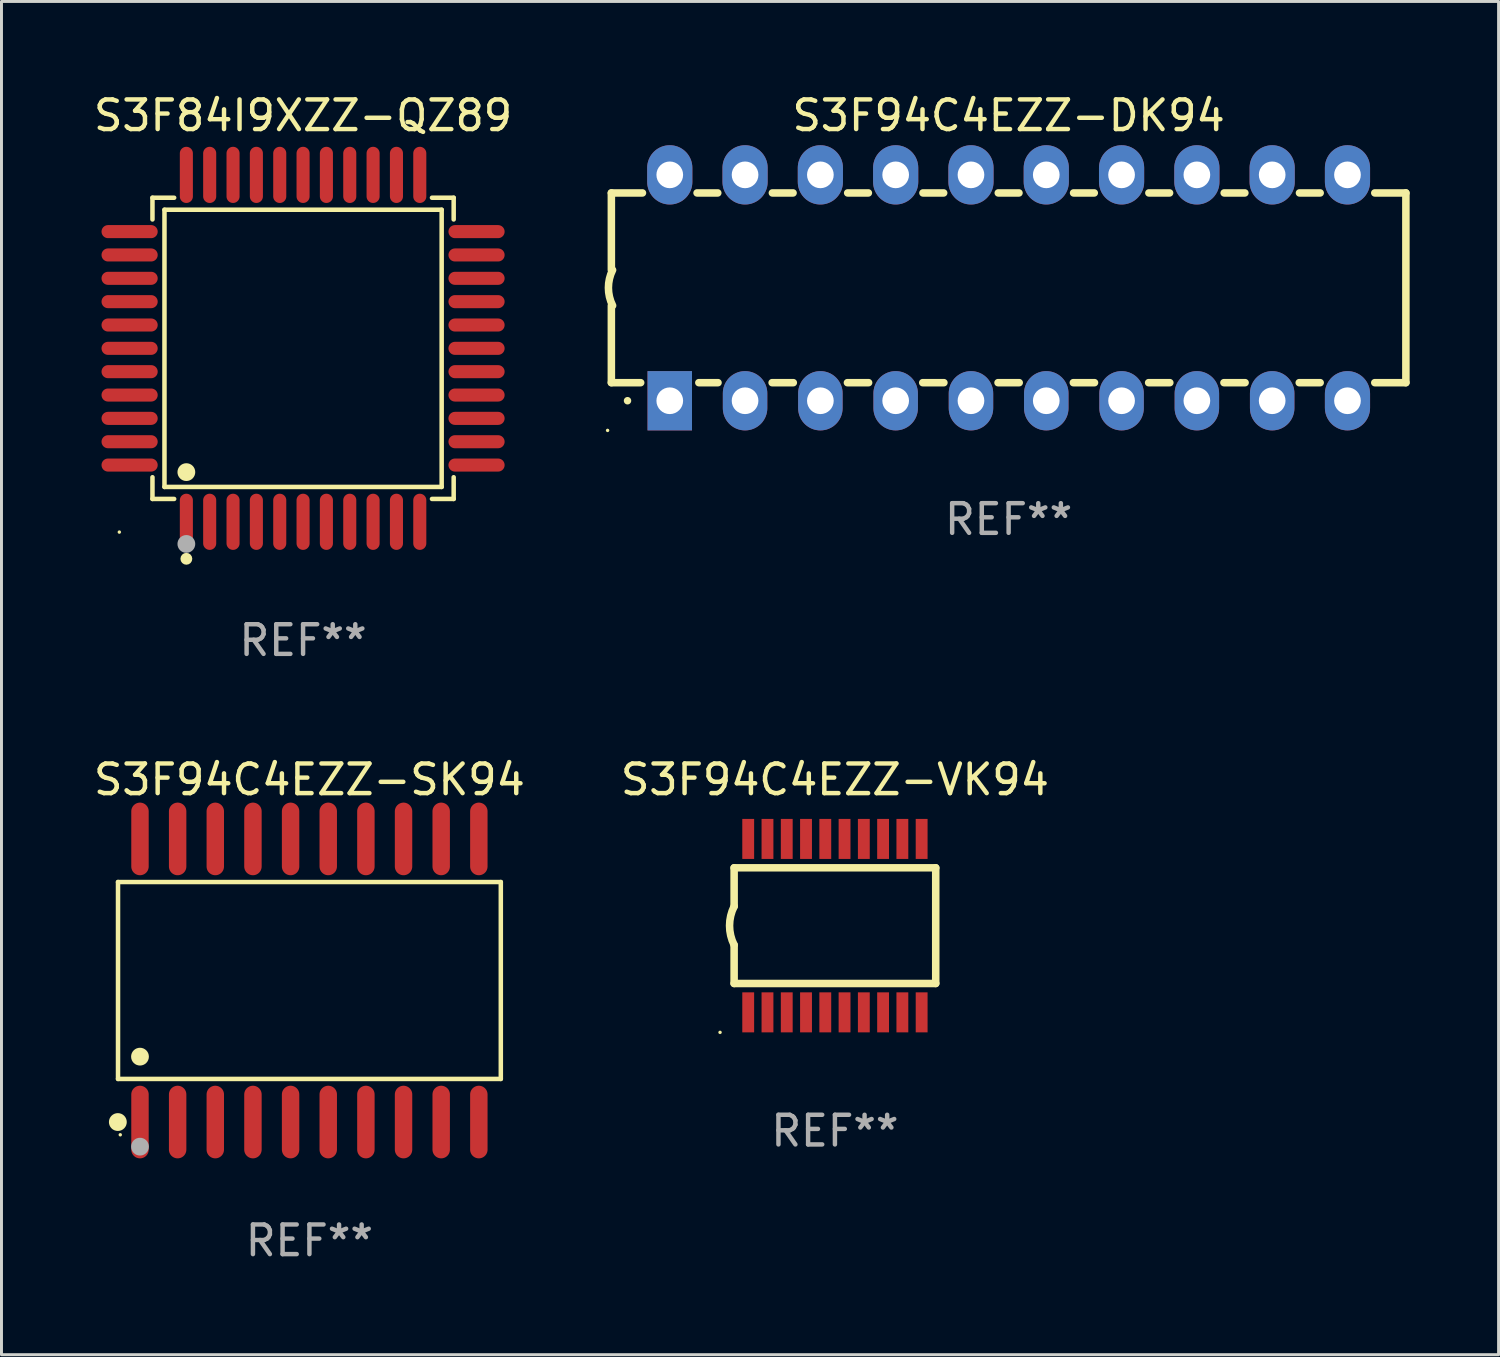
<source format=kicad_pcb>
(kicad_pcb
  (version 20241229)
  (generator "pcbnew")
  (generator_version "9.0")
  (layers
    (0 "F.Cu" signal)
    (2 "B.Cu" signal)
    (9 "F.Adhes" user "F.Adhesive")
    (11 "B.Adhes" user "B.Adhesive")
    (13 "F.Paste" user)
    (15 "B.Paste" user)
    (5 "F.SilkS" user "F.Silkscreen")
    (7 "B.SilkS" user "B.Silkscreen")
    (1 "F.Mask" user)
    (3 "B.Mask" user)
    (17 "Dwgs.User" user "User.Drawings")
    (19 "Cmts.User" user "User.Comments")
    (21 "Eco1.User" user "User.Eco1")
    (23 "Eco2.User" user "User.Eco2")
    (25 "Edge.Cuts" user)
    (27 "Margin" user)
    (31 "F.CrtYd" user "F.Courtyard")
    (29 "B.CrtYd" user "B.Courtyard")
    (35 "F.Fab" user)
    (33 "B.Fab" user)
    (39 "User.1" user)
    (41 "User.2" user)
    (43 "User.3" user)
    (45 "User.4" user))
  (footprint "S3F94C4EZZ-VK94"
    (layer "F.Cu")
    (at 25.113 28.173)
    (property "Reference" "S3F94C4EZZ-VK94" (at 0 -4.925 0) (layer "F.SilkS") (effects (font (size 1 1) (thickness 0.15))))
    (attr through_hole)
    (fp_line (start -3.4 -1.951) (end -3.4 -0.65) (stroke (width 0.254) (type solid)) (layer "F.SilkS"))
    (fp_line (start -3.4 -1.951) (end 3.4 -1.951) (stroke (width 0.254) (type solid)) (layer "F.SilkS"))
    (fp_line (start -3.4 1.951) (end -3.4 0.65) (stroke (width 0.254) (type solid)) (layer "F.SilkS"))
    (fp_line (start -3.4 1.951) (end 3.4 1.951) (stroke (width 0.254) (type solid)) (layer "F.SilkS"))
    (fp_line (start 3.4 -1.951) (end 3.4 1.951) (stroke (width 0.254) (type solid)) (layer "F.SilkS"))
    (fp_arc (start -3.401067 0.650114) (mid -3.554162 -0.000076) (end -3.4 -0.650013) (stroke (width 0.254001) (type solid)) (layer "F.SilkS"))
    (fp_circle (center -3.875 3.6) (end -3.845 3.6) (stroke (width 0.06) (type solid)) (fill no) (layer "F.SilkS"))
    (fp_text user "REF**" (at 0 6.925 0) (layer "F.Fab") (effects (font (size 1 1) (thickness 0.15))))
    (pad "1" smd rect (at -2.925 2.925 180) (size 0.4 1.35) (layers "F.Cu" "F.Mask" "F.Paste"))
    (pad "2" smd rect (at -2.275 2.925 180) (size 0.4 1.35) (layers "F.Cu" "F.Mask" "F.Paste"))
    (pad "3" smd rect (at -1.625 2.925 180) (size 0.4 1.35) (layers "F.Cu" "F.Mask" "F.Paste"))
    (pad "4" smd rect (at -0.975 2.925 180) (size 0.4 1.35) (layers "F.Cu" "F.Mask" "F.Paste"))
    (pad "5" smd rect (at -0.325 2.925 180) (size 0.4 1.35) (layers "F.Cu" "F.Mask" "F.Paste"))
    (pad "6" smd rect (at 0.325 2.925 180) (size 0.4 1.35) (layers "F.Cu" "F.Mask" "F.Paste"))
    (pad "7" smd rect (at 0.975 2.925 180) (size 0.4 1.35) (layers "F.Cu" "F.Mask" "F.Paste"))
    (pad "8" smd rect (at 1.625 2.925 180) (size 0.4 1.35) (layers "F.Cu" "F.Mask" "F.Paste"))
    (pad "9" smd rect (at 2.275 2.925 180) (size 0.4 1.35) (layers "F.Cu" "F.Mask" "F.Paste"))
    (pad "10" smd rect (at 2.925 2.925 180) (size 0.4 1.35) (layers "F.Cu" "F.Mask" "F.Paste"))
    (pad "11" smd rect (at 2.925 -2.925 180) (size 0.4 1.35) (layers "F.Cu" "F.Mask" "F.Paste"))
    (pad "12" smd rect (at 2.275 -2.925 180) (size 0.4 1.35) (layers "F.Cu" "F.Mask" "F.Paste"))
    (pad "13" smd rect (at 1.625 -2.925 180) (size 0.4 1.35) (layers "F.Cu" "F.Mask" "F.Paste"))
    (pad "14" smd rect (at 0.975 -2.925 180) (size 0.4 1.35) (layers "F.Cu" "F.Mask" "F.Paste"))
    (pad "15" smd rect (at 0.325 -2.925 180) (size 0.4 1.35) (layers "F.Cu" "F.Mask" "F.Paste"))
    (pad "16" smd rect (at -0.325 -2.925 180) (size 0.4 1.35) (layers "F.Cu" "F.Mask" "F.Paste"))
    (pad "17" smd rect (at -0.975 -2.925 180) (size 0.4 1.35) (layers "F.Cu" "F.Mask" "F.Paste"))
    (pad "18" smd rect (at -1.625 -2.925 180) (size 0.4 1.35) (layers "F.Cu" "F.Mask" "F.Paste"))
    (pad "19" smd rect (at -2.275 -2.925 180) (size 0.4 1.35) (layers "F.Cu" "F.Mask" "F.Paste"))
    (pad "20" smd rect (at -2.925 -2.925 180) (size 0.4 1.35) (layers "F.Cu" "F.Mask" "F.Paste")))
  (footprint "S3F84I9XZZ-QZ89"
    (layer "F.Cu")
    (at 7.173 8.7)
    (property "Reference" "S3F84I9XZZ-QZ89" (at 0 -7.851 0) (layer "F.SilkS") (effects (font (size 1 1) (thickness 0.15))))
    (attr through_hole)
    (fp_line (start -5.08 -5.08) (end -4.348 -5.08) (stroke (width 0.152) (type solid)) (layer "F.SilkS"))
    (fp_line (start -5.08 -4.348) (end -5.08 -5.08) (stroke (width 0.152) (type solid)) (layer "F.SilkS"))
    (fp_line (start -5.08 4.348) (end -5.08 5.08) (stroke (width 0.152) (type solid)) (layer "F.SilkS"))
    (fp_line (start -5.08 5.08) (end -4.348 5.08) (stroke (width 0.152) (type solid)) (layer "F.SilkS"))
    (fp_line (start -4.675 -4.675) (end 4.675 -4.675) (stroke (width 0.152) (type solid)) (layer "F.SilkS"))
    (fp_line (start -4.675 4.675) (end -4.675 -4.675) (stroke (width 0.152) (type solid)) (layer "F.SilkS"))
    (fp_line (start 4.675 -4.675) (end 4.675 4.675) (stroke (width 0.152) (type solid)) (layer "F.SilkS"))
    (fp_line (start 4.675 4.675) (end -4.675 4.675) (stroke (width 0.152) (type solid)) (layer "F.SilkS"))
    (fp_line (start 5.08 -5.08) (end 4.348 -5.08) (stroke (width 0.152) (type solid)) (layer "F.SilkS"))
    (fp_line (start 5.08 -4.348) (end 5.08 -5.08) (stroke (width 0.152) (type solid)) (layer "F.SilkS"))
    (fp_line (start 5.08 4.348) (end 5.08 5.08) (stroke (width 0.152) (type solid)) (layer "F.SilkS"))
    (fp_line (start 5.08 5.08) (end 4.348 5.08) (stroke (width 0.152) (type solid)) (layer "F.SilkS"))
    (fp_circle (center -6.198 6.198) (end -6.168 6.198) (stroke (width 0.06) (type solid)) (fill no) (layer "F.SilkS"))
    (fp_circle (center -3.937 4.175) (end -3.787 4.175) (stroke (width 0.3) (type solid)) (fill no) (layer "F.SilkS"))
    (fp_circle (center -3.937 7.099) (end -3.837 7.099) (stroke (width 0.2) (type solid)) (fill no) (layer "F.SilkS"))
    (fp_circle (center -3.937 6.598) (end -3.787 6.598) (stroke (width 0.3) (type solid)) (fill no) (layer "F.Fab"))
    (fp_text user "REF**" (at 0 9.851 0) (layer "F.Fab") (effects (font (size 1 1) (thickness 0.15))))
    (pad "1" smd oval (at -3.937 5.851) (size 0.441 1.895) (layers "F.Cu" "F.Mask" "F.Paste"))
    (pad "2" smd oval (at -3.15 5.851) (size 0.441 1.895) (layers "F.Cu" "F.Mask" "F.Paste"))
    (pad "3" smd oval (at -2.362 5.851) (size 0.441 1.895) (layers "F.Cu" "F.Mask" "F.Paste"))
    (pad "4" smd oval (at -1.575 5.851) (size 0.441 1.895) (layers "F.Cu" "F.Mask" "F.Paste"))
    (pad "5" smd oval (at -0.787 5.851) (size 0.441 1.895) (layers "F.Cu" "F.Mask" "F.Paste"))
    (pad "6" smd oval (at 0 5.851) (size 0.441 1.895) (layers "F.Cu" "F.Mask" "F.Paste"))
    (pad "7" smd oval (at 0.787 5.851) (size 0.441 1.895) (layers "F.Cu" "F.Mask" "F.Paste"))
    (pad "8" smd oval (at 1.575 5.851) (size 0.441 1.895) (layers "F.Cu" "F.Mask" "F.Paste"))
    (pad "9" smd oval (at 2.362 5.851) (size 0.441 1.895) (layers "F.Cu" "F.Mask" "F.Paste"))
    (pad "10" smd oval (at 3.15 5.851) (size 0.441 1.895) (layers "F.Cu" "F.Mask" "F.Paste"))
    (pad "11" smd oval (at 3.937 5.851) (size 0.441 1.895) (layers "F.Cu" "F.Mask" "F.Paste"))
    (pad "12" smd oval (at 5.851 3.937) (size 1.895 0.441) (layers "F.Cu" "F.Mask" "F.Paste"))
    (pad "13" smd oval (at 5.851 3.15) (size 1.895 0.441) (layers "F.Cu" "F.Mask" "F.Paste"))
    (pad "14" smd oval (at 5.851 2.362) (size 1.895 0.441) (layers "F.Cu" "F.Mask" "F.Paste"))
    (pad "15" smd oval (at 5.851 1.575) (size 1.895 0.441) (layers "F.Cu" "F.Mask" "F.Paste"))
    (pad "16" smd oval (at 5.851 0.787) (size 1.895 0.441) (layers "F.Cu" "F.Mask" "F.Paste"))
    (pad "17" smd oval (at 5.851 0) (size 1.895 0.441) (layers "F.Cu" "F.Mask" "F.Paste"))
    (pad "18" smd oval (at 5.851 -0.787) (size 1.895 0.441) (layers "F.Cu" "F.Mask" "F.Paste"))
    (pad "19" smd oval (at 5.851 -1.575) (size 1.895 0.441) (layers "F.Cu" "F.Mask" "F.Paste"))
    (pad "20" smd oval (at 5.851 -2.362) (size 1.895 0.441) (layers "F.Cu" "F.Mask" "F.Paste"))
    (pad "21" smd oval (at 5.851 -3.15) (size 1.895 0.441) (layers "F.Cu" "F.Mask" "F.Paste"))
    (pad "22" smd oval (at 5.851 -3.937) (size 1.895 0.441) (layers "F.Cu" "F.Mask" "F.Paste"))
    (pad "23" smd oval (at 3.937 -5.851) (size 0.441 1.895) (layers "F.Cu" "F.Mask" "F.Paste"))
    (pad "24" smd oval (at 3.15 -5.851) (size 0.441 1.895) (layers "F.Cu" "F.Mask" "F.Paste"))
    (pad "25" smd oval (at 2.362 -5.851) (size 0.441 1.895) (layers "F.Cu" "F.Mask" "F.Paste"))
    (pad "26" smd oval (at 1.575 -5.851) (size 0.441 1.895) (layers "F.Cu" "F.Mask" "F.Paste"))
    (pad "27" smd oval (at 0.787 -5.851) (size 0.441 1.895) (layers "F.Cu" "F.Mask" "F.Paste"))
    (pad "28" smd oval (at 0 -5.851) (size 0.441 1.895) (layers "F.Cu" "F.Mask" "F.Paste"))
    (pad "29" smd oval (at -0.787 -5.851) (size 0.441 1.895) (layers "F.Cu" "F.Mask" "F.Paste"))
    (pad "30" smd oval (at -1.575 -5.851) (size 0.441 1.895) (layers "F.Cu" "F.Mask" "F.Paste"))
    (pad "31" smd oval (at -2.362 -5.851) (size 0.441 1.895) (layers "F.Cu" "F.Mask" "F.Paste"))
    (pad "32" smd oval (at -3.15 -5.851) (size 0.441 1.895) (layers "F.Cu" "F.Mask" "F.Paste"))
    (pad "33" smd oval (at -3.937 -5.851) (size 0.441 1.895) (layers "F.Cu" "F.Mask" "F.Paste"))
    (pad "34" smd oval (at -5.851 -3.937) (size 1.895 0.441) (layers "F.Cu" "F.Mask" "F.Paste"))
    (pad "35" smd oval (at -5.851 -3.15) (size 1.895 0.441) (layers "F.Cu" "F.Mask" "F.Paste"))
    (pad "36" smd oval (at -5.851 -2.362) (size 1.895 0.441) (layers "F.Cu" "F.Mask" "F.Paste"))
    (pad "37" smd oval (at -5.851 -1.575) (size 1.895 0.441) (layers "F.Cu" "F.Mask" "F.Paste"))
    (pad "38" smd oval (at -5.851 -0.787) (size 1.895 0.441) (layers "F.Cu" "F.Mask" "F.Paste"))
    (pad "39" smd oval (at -5.851 0) (size 1.895 0.441) (layers "F.Cu" "F.Mask" "F.Paste"))
    (pad "40" smd oval (at -5.851 0.787) (size 1.895 0.441) (layers "F.Cu" "F.Mask" "F.Paste"))
    (pad "41" smd oval (at -5.851 1.575) (size 1.895 0.441) (layers "F.Cu" "F.Mask" "F.Paste"))
    (pad "42" smd oval (at -5.851 2.362) (size 1.895 0.441) (layers "F.Cu" "F.Mask" "F.Paste"))
    (pad "43" smd oval (at -5.851 3.15) (size 1.895 0.441) (layers "F.Cu" "F.Mask" "F.Paste"))
    (pad "44" smd oval (at -5.851 3.937) (size 1.895 0.441) (layers "F.Cu" "F.Mask" "F.Paste")))
  (footprint "S3F94C4EZZ-SK94"
    (layer "F.Cu")
    (at 7.387 30.023)
    (property "Reference" "S3F94C4EZZ-SK94" (at 0 -6.775 0) (layer "F.SilkS") (effects (font (size 1 1) (thickness 0.15))))
    (attr through_hole)
    (fp_line (start -6.456 -3.321) (end 6.456 -3.321) (stroke (width 0.152) (type solid)) (layer "F.SilkS"))
    (fp_line (start -6.456 3.321) (end -6.456 -3.321) (stroke (width 0.152) (type solid)) (layer "F.SilkS"))
    (fp_line (start 6.456 -3.321) (end 6.456 3.321) (stroke (width 0.152) (type solid)) (layer "F.SilkS"))
    (fp_line (start 6.456 3.321) (end -6.456 3.321) (stroke (width 0.152) (type solid)) (layer "F.SilkS"))
    (fp_circle (center -6.462 4.775) (end -6.311 4.775) (stroke (width 0.3) (type solid)) (fill no) (layer "F.SilkS"))
    (fp_circle (center -6.38 5.205) (end -6.35 5.205) (stroke (width 0.06) (type solid)) (fill no) (layer "F.SilkS"))
    (fp_circle (center -5.715 2.569) (end -5.565 2.569) (stroke (width 0.3) (type solid)) (fill no) (layer "F.SilkS"))
    (fp_circle (center -5.715 5.605) (end -5.565 5.605) (stroke (width 0.3) (type solid)) (fill no) (layer "F.Fab"))
    (fp_text user "REF**" (at 0 8.775 0) (layer "F.Fab") (effects (font (size 1 1) (thickness 0.15))))
    (pad "1" smd oval (at -5.715 4.775) (size 0.588 2.45) (layers "F.Cu" "F.Mask" "F.Paste"))
    (pad "2" smd oval (at -4.445 4.775) (size 0.588 2.45) (layers "F.Cu" "F.Mask" "F.Paste"))
    (pad "3" smd oval (at -3.175 4.775) (size 0.588 2.45) (layers "F.Cu" "F.Mask" "F.Paste"))
    (pad "4" smd oval (at -1.905 4.775) (size 0.588 2.45) (layers "F.Cu" "F.Mask" "F.Paste"))
    (pad "5" smd oval (at -0.635 4.775) (size 0.588 2.45) (layers "F.Cu" "F.Mask" "F.Paste"))
    (pad "6" smd oval (at 0.635 4.775) (size 0.588 2.45) (layers "F.Cu" "F.Mask" "F.Paste"))
    (pad "7" smd oval (at 1.905 4.775) (size 0.588 2.45) (layers "F.Cu" "F.Mask" "F.Paste"))
    (pad "8" smd oval (at 3.175 4.775) (size 0.588 2.45) (layers "F.Cu" "F.Mask" "F.Paste"))
    (pad "9" smd oval (at 4.445 4.775) (size 0.588 2.45) (layers "F.Cu" "F.Mask" "F.Paste"))
    (pad "10" smd oval (at 5.715 4.775) (size 0.588 2.45) (layers "F.Cu" "F.Mask" "F.Paste"))
    (pad "11" smd oval (at 5.715 -4.775) (size 0.588 2.45) (layers "F.Cu" "F.Mask" "F.Paste"))
    (pad "12" smd oval (at 4.445 -4.775) (size 0.588 2.45) (layers "F.Cu" "F.Mask" "F.Paste"))
    (pad "13" smd oval (at 3.175 -4.775) (size 0.588 2.45) (layers "F.Cu" "F.Mask" "F.Paste"))
    (pad "14" smd oval (at 1.905 -4.775) (size 0.588 2.45) (layers "F.Cu" "F.Mask" "F.Paste"))
    (pad "15" smd oval (at 0.635 -4.775) (size 0.588 2.45) (layers "F.Cu" "F.Mask" "F.Paste"))
    (pad "16" smd oval (at -0.635 -4.775) (size 0.588 2.45) (layers "F.Cu" "F.Mask" "F.Paste"))
    (pad "17" smd oval (at -1.905 -4.775) (size 0.588 2.45) (layers "F.Cu" "F.Mask" "F.Paste"))
    (pad "18" smd oval (at -3.175 -4.775) (size 0.588 2.45) (layers "F.Cu" "F.Mask" "F.Paste"))
    (pad "19" smd oval (at -4.445 -4.775) (size 0.588 2.45) (layers "F.Cu" "F.Mask" "F.Paste"))
    (pad "20" smd oval (at -5.715 -4.775) (size 0.588 2.45) (layers "F.Cu" "F.Mask" "F.Paste")))
  (footprint "S3F94C4EZZ-DK94"
    (layer "F.Cu")
    (at 30.972 6.658)
    (property "Reference" "S3F94C4EZZ-DK94" (at 0 -5.81 0) (layer "F.SilkS") (effects (font (size 1 1) (thickness 0.15))))
    (attr through_hole)
    (fp_line (start -13.4 -3.2) (end -12.351 -3.2) (stroke (width 0.254) (type solid)) (layer "F.SilkS"))
    (fp_line (start -13.4 -0.6) (end -13.4 -3.2) (stroke (width 0.254) (type solid)) (layer "F.SilkS"))
    (fp_line (start -13.4 3.2) (end -13.4 0.6) (stroke (width 0.254) (type solid)) (layer "F.SilkS"))
    (fp_line (start -13.4 3.2) (end -12.411 3.2) (stroke (width 0.254) (type solid)) (layer "F.SilkS"))
    (fp_line (start -10.509 -3.2) (end -9.811 -3.2) (stroke (width 0.254) (type solid)) (layer "F.SilkS"))
    (fp_line (start -10.449 3.2) (end -9.803 3.2) (stroke (width 0.254) (type solid)) (layer "F.SilkS"))
    (fp_line (start -7.977 3.2) (end -7.263 3.2) (stroke (width 0.254) (type solid)) (layer "F.SilkS"))
    (fp_line (start -7.969 -3.2) (end -7.271 -3.2) (stroke (width 0.254) (type solid)) (layer "F.SilkS"))
    (fp_line (start -5.437 3.2) (end -4.723 3.2) (stroke (width 0.254) (type solid)) (layer "F.SilkS"))
    (fp_line (start -5.429 -3.2) (end -4.731 -3.2) (stroke (width 0.254) (type solid)) (layer "F.SilkS"))
    (fp_line (start -2.897 3.2) (end -2.183 3.2) (stroke (width 0.254) (type solid)) (layer "F.SilkS"))
    (fp_line (start -2.889 -3.2) (end -2.191 -3.2) (stroke (width 0.254) (type solid)) (layer "F.SilkS"))
    (fp_line (start -0.357 3.2) (end 0.357 3.2) (stroke (width 0.254) (type solid)) (layer "F.SilkS"))
    (fp_line (start -0.349 -3.2) (end 0.349 -3.2) (stroke (width 0.254) (type solid)) (layer "F.SilkS"))
    (fp_line (start 2.183 3.2) (end 2.897 3.2) (stroke (width 0.254) (type solid)) (layer "F.SilkS"))
    (fp_line (start 2.191 -3.2) (end 2.889 -3.2) (stroke (width 0.254) (type solid)) (layer "F.SilkS"))
    (fp_line (start 4.723 3.2) (end 5.437 3.2) (stroke (width 0.254) (type solid)) (layer "F.SilkS"))
    (fp_line (start 4.731 -3.2) (end 5.429 -3.2) (stroke (width 0.254) (type solid)) (layer "F.SilkS"))
    (fp_line (start 7.263 3.2) (end 7.977 3.2) (stroke (width 0.254) (type solid)) (layer "F.SilkS"))
    (fp_line (start 7.271 -3.2) (end 7.969 -3.2) (stroke (width 0.254) (type solid)) (layer "F.SilkS"))
    (fp_line (start 9.803 3.2) (end 10.509 3.2) (stroke (width 0.254) (type solid)) (layer "F.SilkS"))
    (fp_line (start 9.811 -3.2) (end 10.509 -3.2) (stroke (width 0.254) (type solid)) (layer "F.SilkS"))
    (fp_line (start 12.351 -3.2) (end 13.4 -3.2) (stroke (width 0.254) (type solid)) (layer "F.SilkS"))
    (fp_line (start 12.351 3.2) (end 13.4 3.2) (stroke (width 0.254) (type solid)) (layer "F.SilkS"))
    (fp_line (start 13.4 -3.2) (end 13.4 3.2) (stroke (width 0.254) (type solid)) (layer "F.SilkS"))
    (fp_arc (start -13.357557 0.599721) (mid -13.499295 0.000123) (end -13.358598 -0.599721) (stroke (width 0.254001) (type solid)) (layer "F.SilkS"))
    (fp_arc (start -12.854966 3.810008) (mid -12.854973 3.808738) (end -12.854966 3.807468) (stroke (width 0.25) (type solid)) (layer "F.SilkS"))
    (fp_circle (center -13.527 4.81) (end -13.497 4.81) (stroke (width 0.06) (type solid)) (fill no) (layer "F.SilkS"))
    (fp_text user "REF**" (at 0 7.81 0) (layer "F.Fab") (effects (font (size 1 1) (thickness 0.15))))
    (pad "1" thru_hole rect (at -11.43 3.81 90) (size 2 1.5) (drill 0.9) (layers "*.Cu" "*.Mask"))
    (pad "2" thru_hole oval (at -8.89 3.81 90) (size 2 1.5) (drill 0.9) (layers "*.Cu" "*.Mask"))
    (pad "3" thru_hole oval (at -6.35 3.81 90) (size 2 1.5) (drill 0.9) (layers "*.Cu" "*.Mask"))
    (pad "4" thru_hole oval (at -3.81 3.81 90) (size 2 1.5) (drill 0.9) (layers "*.Cu" "*.Mask"))
    (pad "5" thru_hole oval (at -1.27 3.81 90) (size 2 1.5) (drill 0.9) (layers "*.Cu" "*.Mask"))
    (pad "6" thru_hole oval (at 1.27 3.81 90) (size 2 1.5) (drill 0.9) (layers "*.Cu" "*.Mask"))
    (pad "7" thru_hole oval (at 3.81 3.81 90) (size 2 1.5) (drill 0.9) (layers "*.Cu" "*.Mask"))
    (pad "8" thru_hole oval (at 6.35 3.81 90) (size 2 1.5) (drill 0.9) (layers "*.Cu" "*.Mask"))
    (pad "9" thru_hole oval (at 8.89 3.81 90) (size 2 1.5) (drill 0.9) (layers "*.Cu" "*.Mask"))
    (pad "10" thru_hole oval (at 11.43 3.81 90) (size 2 1.524) (drill 0.9) (layers "*.Cu" "*.Mask"))
    (pad "11" thru_hole oval (at 11.43 -3.81 90) (size 2 1.524) (drill 0.9) (layers "*.Cu" "*.Mask"))
    (pad "12" thru_hole oval (at 8.89 -3.81 90) (size 2 1.524) (drill 0.9) (layers "*.Cu" "*.Mask"))
    (pad "13" thru_hole oval (at 6.35 -3.81 90) (size 2 1.524) (drill 0.9) (layers "*.Cu" "*.Mask"))
    (pad "14" thru_hole oval (at 3.81 -3.81 90) (size 2 1.524) (drill 0.9) (layers "*.Cu" "*.Mask"))
    (pad "15" thru_hole oval (at 1.27 -3.81 90) (size 2 1.524) (drill 0.9) (layers "*.Cu" "*.Mask"))
    (pad "16" thru_hole oval (at -1.27 -3.81 90) (size 2 1.524) (drill 0.9) (layers "*.Cu" "*.Mask"))
    (pad "17" thru_hole oval (at -3.81 -3.81 90) (size 2 1.524) (drill 0.9) (layers "*.Cu" "*.Mask"))
    (pad "18" thru_hole oval (at -6.35 -3.81 90) (size 2 1.524) (drill 0.9) (layers "*.Cu" "*.Mask"))
    (pad "19" thru_hole oval (at -8.89 -3.81 90) (size 2 1.524) (drill 0.9) (layers "*.Cu" "*.Mask"))
    (pad "20" thru_hole oval (at -11.43 -3.81 90) (size 2 1.524) (drill 0.9) (layers "*.Cu" "*.Mask")))
  (gr_rect
    (start -3 -3)
    (end 47.499 42.646)
    (stroke (width 0.1) (type default))
    (fill no)
    (layer "Edge.Cuts")))
</source>
